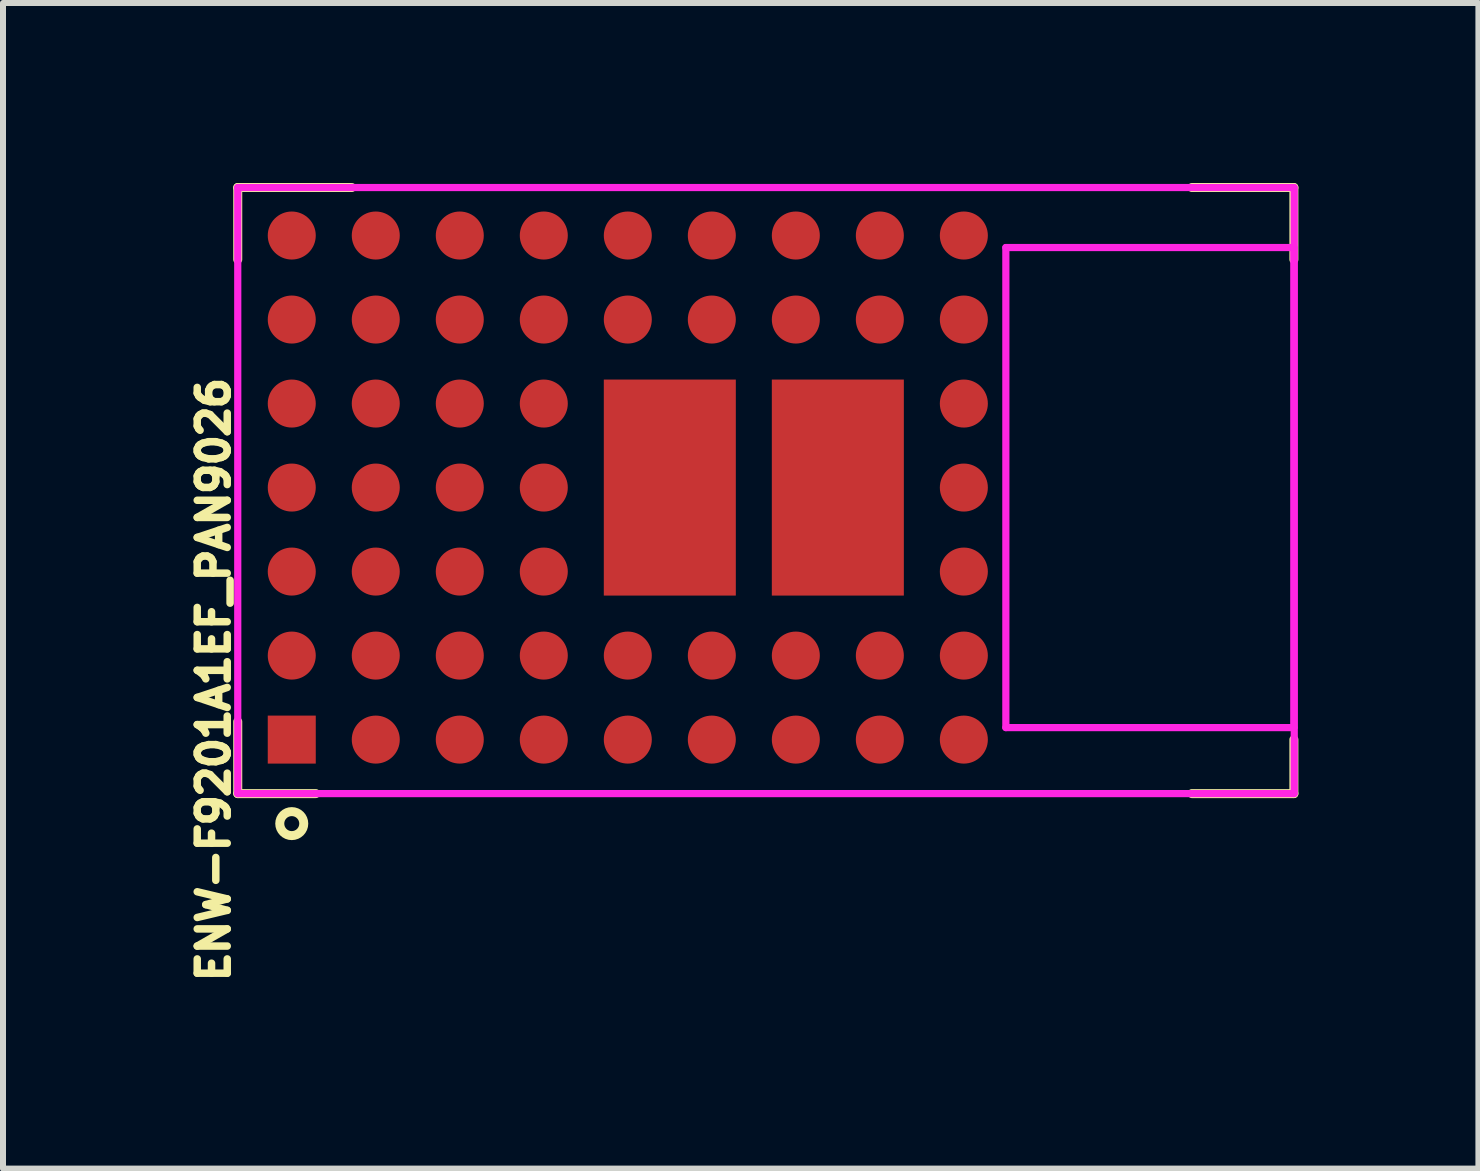
<source format=kicad_pcb>
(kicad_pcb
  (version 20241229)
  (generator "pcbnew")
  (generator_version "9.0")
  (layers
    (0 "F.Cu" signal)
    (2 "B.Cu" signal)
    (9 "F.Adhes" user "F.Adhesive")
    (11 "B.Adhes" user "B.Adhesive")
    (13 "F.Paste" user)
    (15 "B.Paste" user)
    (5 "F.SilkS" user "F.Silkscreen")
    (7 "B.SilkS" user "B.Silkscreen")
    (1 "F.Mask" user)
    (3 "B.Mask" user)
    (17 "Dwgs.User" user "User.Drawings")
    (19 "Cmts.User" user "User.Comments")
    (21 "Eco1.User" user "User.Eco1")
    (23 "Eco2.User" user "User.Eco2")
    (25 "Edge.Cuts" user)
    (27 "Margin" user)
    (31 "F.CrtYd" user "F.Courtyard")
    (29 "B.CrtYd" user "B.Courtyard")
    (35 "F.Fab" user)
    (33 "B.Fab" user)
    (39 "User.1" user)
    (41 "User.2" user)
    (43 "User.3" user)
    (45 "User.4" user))
  (footprint "ENW-F9201A1EF_PAN9026"
    (layer "F.Cu")
    (at 1.812 9.275)
    (property "Reference" "ENW-F9201A1EF_PAN9026" (at -1.3 -1 90) (layer "F.SilkS") (effects (font (size 0.5 0.5) (thickness 0.125))))
    (attr through_hole)
    (fp_line (start -0.9 -9.2) (end -0.9 -8) (stroke (width 0.15) (type solid)) (layer "F.SilkS"))
    (fp_line (start -0.9 -0.3) (end -0.9 0.9) (stroke (width 0.15) (type solid)) (layer "F.SilkS"))
    (fp_line (start -0.9 0.9) (end 0.4 0.9) (stroke (width 0.15) (type solid)) (layer "F.SilkS"))
    (fp_line (start 1 -9.2) (end -0.9 -9.2) (stroke (width 0.15) (type solid)) (layer "F.SilkS"))
    (fp_line (start 15 -9.2) (end 16.7 -9.2) (stroke (width 0.15) (type solid)) (layer "F.SilkS"))
    (fp_line (start 16.7 -9.2) (end 16.7 -8) (stroke (width 0.15) (type solid)) (layer "F.SilkS"))
    (fp_line (start 16.7 0) (end 16.7 0.9) (stroke (width 0.15) (type solid)) (layer "F.SilkS"))
    (fp_line (start 16.7 0.9) (end 15 0.9) (stroke (width 0.15) (type solid)) (layer "F.SilkS"))
    (fp_circle (center 0 1.4) (end 0 1.6) (stroke (width 0.15) (type solid)) (fill no) (layer "F.SilkS"))
    (fp_line (start -0.9 -9.2) (end 16.7 -9.2) (stroke (width 0.12) (type solid)) (layer "F.CrtYd"))
    (fp_line (start -0.9 0.9) (end -0.9 -9.2) (stroke (width 0.12) (type solid)) (layer "F.CrtYd"))
    (fp_line (start -0.9 0.9) (end 16.7 0.9) (stroke (width 0.12) (type solid)) (layer "F.CrtYd"))
    (fp_line (start 11.9 -8.2) (end 11.9 -0.2) (stroke (width 0.12) (type solid)) (layer "F.CrtYd"))
    (fp_line (start 11.9 -0.2) (end 16.7 -0.2) (stroke (width 0.12) (type solid)) (layer "F.CrtYd"))
    (fp_line (start 16.7 -8.2) (end 11.9 -8.2) (stroke (width 0.12) (type solid)) (layer "F.CrtYd"))
    (fp_line (start 16.7 -0.2) (end 16.7 -8.2) (stroke (width 0.12) (type solid)) (layer "F.CrtYd"))
    (fp_line (start 16.706 0.9) (end 16.706 -9.2) (stroke (width 0.12) (type solid)) (layer "F.CrtYd"))
    (pad "A1" smd rect (at 0 0) (size 0.8 0.8) (layers "F.Cu" "F.Mask" "F.Paste"))
    (pad "A2" smd circle (at 1.4 0) (size 0.8 0.8) (layers "F.Cu" "F.Mask" "F.Paste"))
    (pad "A3" smd circle (at 2.8 0) (size 0.8 0.8) (layers "F.Cu" "F.Mask" "F.Paste"))
    (pad "A4" smd circle (at 4.2 0) (size 0.8 0.8) (layers "F.Cu" "F.Mask" "F.Paste"))
    (pad "A5" smd circle (at 5.6 0) (size 0.8 0.8) (layers "F.Cu" "F.Mask" "F.Paste"))
    (pad "A6" smd circle (at 7 0) (size 0.8 0.8) (layers "F.Cu" "F.Mask" "F.Paste"))
    (pad "A7" smd circle (at 8.4 0) (size 0.8 0.8) (layers "F.Cu" "F.Mask" "F.Paste"))
    (pad "A8" smd circle (at 9.8 0) (size 0.8 0.8) (layers "F.Cu" "F.Mask" "F.Paste"))
    (pad "A9" smd circle (at 11.2 0) (size 0.8 0.8) (layers "F.Cu" "F.Mask" "F.Paste"))
    (pad "B1" smd circle (at 0 -1.4) (size 0.8 0.8) (layers "F.Cu" "F.Mask" "F.Paste"))
    (pad "B2" smd circle (at 1.4 -1.4) (size 0.8 0.8) (layers "F.Cu" "F.Mask" "F.Paste"))
    (pad "B3" smd circle (at 2.8 -1.4) (size 0.8 0.8) (layers "F.Cu" "F.Mask" "F.Paste"))
    (pad "B4" smd circle (at 4.2 -1.4) (size 0.8 0.8) (layers "F.Cu" "F.Mask" "F.Paste"))
    (pad "B5" smd circle (at 5.6 -1.4) (size 0.8 0.8) (layers "F.Cu" "F.Mask" "F.Paste"))
    (pad "B6" smd circle (at 7 -1.4) (size 0.8 0.8) (layers "F.Cu" "F.Mask" "F.Paste"))
    (pad "B7" smd circle (at 8.4 -1.4) (size 0.8 0.8) (layers "F.Cu" "F.Mask" "F.Paste"))
    (pad "B8" smd circle (at 9.8 -1.4) (size 0.8 0.8) (layers "F.Cu" "F.Mask" "F.Paste"))
    (pad "B9" smd circle (at 11.2 -1.4) (size 0.8 0.8) (layers "F.Cu" "F.Mask" "F.Paste"))
    (pad "C1" smd circle (at 0 -2.8) (size 0.8 0.8) (layers "F.Cu" "F.Mask" "F.Paste"))
    (pad "C2" smd circle (at 1.4 -2.8) (size 0.8 0.8) (layers "F.Cu" "F.Mask" "F.Paste"))
    (pad "C3" smd circle (at 2.8 -2.8) (size 0.8 0.8) (layers "F.Cu" "F.Mask" "F.Paste"))
    (pad "C4" smd circle (at 4.2 -2.8) (size 0.8 0.8) (layers "F.Cu" "F.Mask" "F.Paste"))
    (pad "C9" smd circle (at 11.2 -2.8) (size 0.8 0.8) (layers "F.Cu" "F.Mask" "F.Paste"))
    (pad "D1" smd circle (at 0 -4.2) (size 0.8 0.8) (layers "F.Cu" "F.Mask" "F.Paste"))
    (pad "D2" smd circle (at 1.4 -4.2) (size 0.8 0.8) (layers "F.Cu" "F.Mask" "F.Paste"))
    (pad "D3" smd circle (at 2.8 -4.2) (size 0.8 0.8) (layers "F.Cu" "F.Mask" "F.Paste"))
    (pad "D4" smd circle (at 4.2 -4.2) (size 0.8 0.8) (layers "F.Cu" "F.Mask" "F.Paste"))
    (pad "D9" smd circle (at 11.2 -4.2) (size 0.8 0.8) (layers "F.Cu" "F.Mask" "F.Paste"))
    (pad "E1" smd circle (at 0 -5.6) (size 0.8 0.8) (layers "F.Cu" "F.Mask" "F.Paste"))
    (pad "E2" smd circle (at 1.4 -5.6) (size 0.8 0.8) (layers "F.Cu" "F.Mask" "F.Paste"))
    (pad "E3" smd circle (at 2.8 -5.6) (size 0.8 0.8) (layers "F.Cu" "F.Mask" "F.Paste"))
    (pad "E4" smd circle (at 4.2 -5.6) (size 0.8 0.8) (layers "F.Cu" "F.Mask" "F.Paste"))
    (pad "E9" smd circle (at 11.2 -5.6) (size 0.8 0.8) (layers "F.Cu" "F.Mask" "F.Paste"))
    (pad "EP1" smd rect (at 6.3 -4.2) (size 2.2 3.6) (layers "F.Cu" "F.Mask" "F.Paste"))
    (pad "EP2" smd rect (at 9.1 -4.2) (size 2.2 3.6) (layers "F.Cu" "F.Mask" "F.Paste"))
    (pad "F1" smd circle (at 0 -7) (size 0.8 0.8) (layers "F.Cu" "F.Mask" "F.Paste"))
    (pad "F2" smd circle (at 1.4 -7) (size 0.8 0.8) (layers "F.Cu" "F.Mask" "F.Paste"))
    (pad "F3" smd circle (at 2.8 -7) (size 0.8 0.8) (layers "F.Cu" "F.Mask" "F.Paste"))
    (pad "F4" smd circle (at 4.2 -7) (size 0.8 0.8) (layers "F.Cu" "F.Mask" "F.Paste"))
    (pad "F5" smd circle (at 5.6 -7) (size 0.8 0.8) (layers "F.Cu" "F.Mask" "F.Paste"))
    (pad "F6" smd circle (at 7 -7) (size 0.8 0.8) (layers "F.Cu" "F.Mask" "F.Paste"))
    (pad "F7" smd circle (at 8.4 -7) (size 0.8 0.8) (layers "F.Cu" "F.Mask" "F.Paste"))
    (pad "F8" smd circle (at 9.8 -7) (size 0.8 0.8) (layers "F.Cu" "F.Mask" "F.Paste"))
    (pad "F9" smd circle (at 11.2 -7) (size 0.8 0.8) (layers "F.Cu" "F.Mask" "F.Paste"))
    (pad "G1" smd circle (at 0 -8.4) (size 0.8 0.8) (layers "F.Cu" "F.Mask" "F.Paste"))
    (pad "G2" smd circle (at 1.4 -8.4) (size 0.8 0.8) (layers "F.Cu" "F.Mask" "F.Paste"))
    (pad "G3" smd circle (at 2.8 -8.4) (size 0.8 0.8) (layers "F.Cu" "F.Mask" "F.Paste"))
    (pad "G4" smd circle (at 4.2 -8.4) (size 0.8 0.8) (layers "F.Cu" "F.Mask" "F.Paste"))
    (pad "G5" smd circle (at 5.6 -8.4) (size 0.8 0.8) (layers "F.Cu" "F.Mask" "F.Paste"))
    (pad "G6" smd circle (at 7 -8.4) (size 0.8 0.8) (layers "F.Cu" "F.Mask" "F.Paste"))
    (pad "G7" smd circle (at 8.4 -8.4) (size 0.8 0.8) (layers "F.Cu" "F.Mask" "F.Paste"))
    (pad "G8" smd circle (at 9.8 -8.4) (size 0.8 0.8) (layers "F.Cu" "F.Mask" "F.Paste"))
    (pad "G9" smd circle (at 11.2 -8.4) (size 0.8 0.8) (layers "F.Cu" "F.Mask" "F.Paste")))
  (gr_rect
    (start -3 -3)
    (end 21.587 16.424)
    (stroke (width 0.1) (type default))
    (fill no)
    (layer "Edge.Cuts")))
</source>
